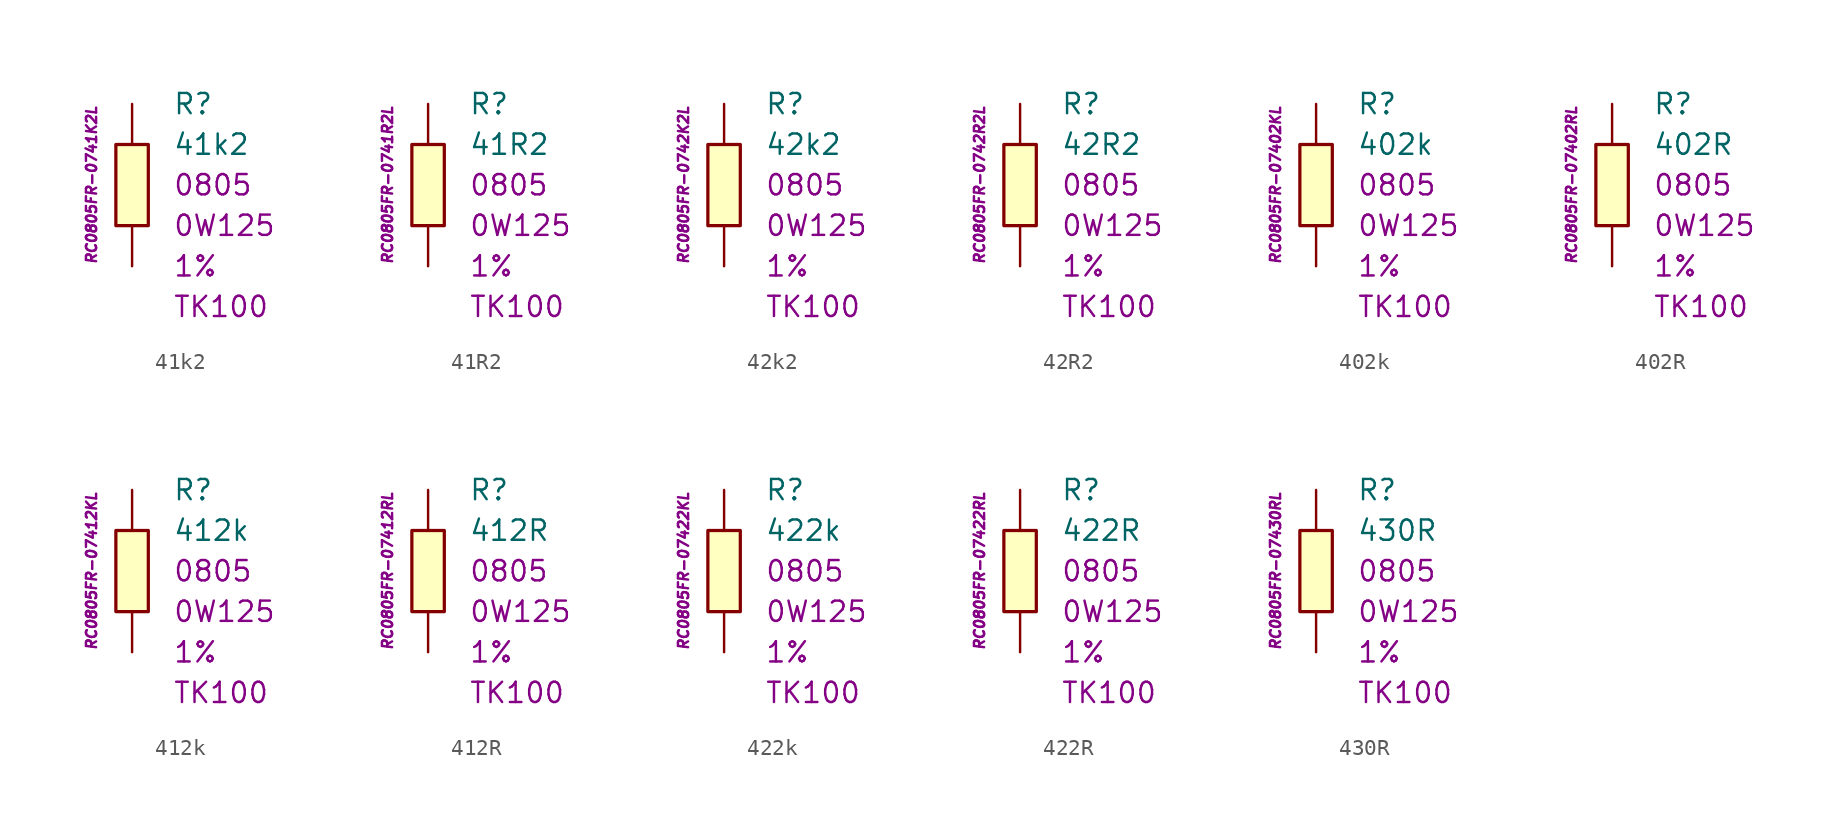
<source format=kicad_sym>
(kicad_symbol_lib
  (version 20201005)
  (generator kicad_symbol_editor)
  (symbol "41k2"
    (pin_numbers hide)
    (pin_names
      (offset 1.016) hide)
    (property "Reference" "R"
      (at 2.54 5.08 0)
      (effects (font (size 1.27 1.27)) (justify left)))
    (property "Value" "41k2"
      (at 2.54 2.54 0)
      (effects (font (size 1.27 1.27)) (justify left)))
    (property "Package" "0805"
      (at 2.54 0 0)
      (effects (font (size 1.27 1.27)) (justify left)))
    (property "Power" "0W125"
      (at 2.54 -2.54 0)
      (effects (font (size 1.27 1.27)) (justify left)))
    (property "Tolerance" "1%"
      (at 2.54 -5.08 0)
      (effects (font (size 1.27 1.27)) (justify left)))
    (property "TK" "TK100"
      (at 2.54 -7.62 0)
      (effects (font (size 1.27 1.27)) (justify left)))
    (property "ID" "RC0805FR-0741K2L"
      (at -2.54 0 90)
      (effects (font (size 0.635 0.635) italic)))
    (symbol "41k2_0_1"
      (rectangle (start -1.016 2.54) (end 1.016 -2.54) (stroke (width 0.203)) (fill (type background))))
    (symbol "41k2_1_1"
      (pin passive line (at 0 5.08 270) (length 2.54) (name "~" (effects (font (size 1.778 1.778)))) (number "1" (effects (font (size 1.778 1.778)))))
      (pin passive line (at 0 -5.08 90) (length 2.54) (name "~" (effects (font (size 1.778 1.778)))) (number "2" (effects (font (size 1.778 1.778)))))))
  (symbol "41R2"
    (pin_numbers hide)
    (pin_names
      (offset 1.016) hide)
    (property "Reference" "R"
      (at 2.54 5.08 0)
      (effects (font (size 1.27 1.27)) (justify left)))
    (property "Value" "41R2"
      (at 2.54 2.54 0)
      (effects (font (size 1.27 1.27)) (justify left)))
    (property "Package" "0805"
      (at 2.54 0 0)
      (effects (font (size 1.27 1.27)) (justify left)))
    (property "Power" "0W125"
      (at 2.54 -2.54 0)
      (effects (font (size 1.27 1.27)) (justify left)))
    (property "Tolerance" "1%"
      (at 2.54 -5.08 0)
      (effects (font (size 1.27 1.27)) (justify left)))
    (property "TK" "TK100"
      (at 2.54 -7.62 0)
      (effects (font (size 1.27 1.27)) (justify left)))
    (property "ID" "RC0805FR-0741R2L"
      (at -2.54 0 90)
      (effects (font (size 0.635 0.635) italic)))
    (symbol "41R2_0_1"
      (rectangle (start -1.016 2.54) (end 1.016 -2.54) (stroke (width 0.203)) (fill (type background))))
    (symbol "41R2_1_1"
      (pin passive line (at 0 5.08 270) (length 2.54) (name "~" (effects (font (size 1.778 1.778)))) (number "1" (effects (font (size 1.778 1.778)))))
      (pin passive line (at 0 -5.08 90) (length 2.54) (name "~" (effects (font (size 1.778 1.778)))) (number "2" (effects (font (size 1.778 1.778)))))))
  (symbol "42k2"
    (pin_numbers hide)
    (pin_names
      (offset 1.016) hide)
    (property "Reference" "R"
      (at 2.54 5.08 0)
      (effects (font (size 1.27 1.27)) (justify left)))
    (property "Value" "42k2"
      (at 2.54 2.54 0)
      (effects (font (size 1.27 1.27)) (justify left)))
    (property "Package" "0805"
      (at 2.54 0 0)
      (effects (font (size 1.27 1.27)) (justify left)))
    (property "Power" "0W125"
      (at 2.54 -2.54 0)
      (effects (font (size 1.27 1.27)) (justify left)))
    (property "Tolerance" "1%"
      (at 2.54 -5.08 0)
      (effects (font (size 1.27 1.27)) (justify left)))
    (property "TK" "TK100"
      (at 2.54 -7.62 0)
      (effects (font (size 1.27 1.27)) (justify left)))
    (property "ID" "RC0805FR-0742K2L"
      (at -2.54 0 90)
      (effects (font (size 0.635 0.635) italic)))
    (symbol "42k2_0_1"
      (rectangle (start -1.016 2.54) (end 1.016 -2.54) (stroke (width 0.203)) (fill (type background))))
    (symbol "42k2_1_1"
      (pin passive line (at 0 5.08 270) (length 2.54) (name "~" (effects (font (size 1.778 1.778)))) (number "1" (effects (font (size 1.778 1.778)))))
      (pin passive line (at 0 -5.08 90) (length 2.54) (name "~" (effects (font (size 1.778 1.778)))) (number "2" (effects (font (size 1.778 1.778)))))))
  (symbol "42R2"
    (pin_numbers hide)
    (pin_names
      (offset 1.016) hide)
    (property "Reference" "R"
      (at 2.54 5.08 0)
      (effects (font (size 1.27 1.27)) (justify left)))
    (property "Value" "42R2"
      (at 2.54 2.54 0)
      (effects (font (size 1.27 1.27)) (justify left)))
    (property "Package" "0805"
      (at 2.54 0 0)
      (effects (font (size 1.27 1.27)) (justify left)))
    (property "Power" "0W125"
      (at 2.54 -2.54 0)
      (effects (font (size 1.27 1.27)) (justify left)))
    (property "Tolerance" "1%"
      (at 2.54 -5.08 0)
      (effects (font (size 1.27 1.27)) (justify left)))
    (property "TK" "TK100"
      (at 2.54 -7.62 0)
      (effects (font (size 1.27 1.27)) (justify left)))
    (property "ID" "RC0805FR-0742R2L"
      (at -2.54 0 90)
      (effects (font (size 0.635 0.635) italic)))
    (symbol "42R2_0_1"
      (rectangle (start -1.016 2.54) (end 1.016 -2.54) (stroke (width 0.203)) (fill (type background))))
    (symbol "42R2_1_1"
      (pin passive line (at 0 5.08 270) (length 2.54) (name "~" (effects (font (size 1.778 1.778)))) (number "1" (effects (font (size 1.778 1.778)))))
      (pin passive line (at 0 -5.08 90) (length 2.54) (name "~" (effects (font (size 1.778 1.778)))) (number "2" (effects (font (size 1.778 1.778)))))))
  (symbol "402k"
    (pin_numbers hide)
    (pin_names
      (offset 1.016) hide)
    (property "Reference" "R"
      (at 2.54 5.08 0)
      (effects (font (size 1.27 1.27)) (justify left)))
    (property "Value" "402k"
      (at 2.54 2.54 0)
      (effects (font (size 1.27 1.27)) (justify left)))
    (property "Package" "0805"
      (at 2.54 0 0)
      (effects (font (size 1.27 1.27)) (justify left)))
    (property "Power" "0W125"
      (at 2.54 -2.54 0)
      (effects (font (size 1.27 1.27)) (justify left)))
    (property "Tolerance" "1%"
      (at 2.54 -5.08 0)
      (effects (font (size 1.27 1.27)) (justify left)))
    (property "TK" "TK100"
      (at 2.54 -7.62 0)
      (effects (font (size 1.27 1.27)) (justify left)))
    (property "ID" "RC0805FR-07402KL"
      (at -2.54 0 90)
      (effects (font (size 0.635 0.635) italic)))
    (symbol "402k_0_1"
      (rectangle (start -1.016 2.54) (end 1.016 -2.54) (stroke (width 0.203)) (fill (type background))))
    (symbol "402k_1_1"
      (pin passive line (at 0 5.08 270) (length 2.54) (name "~" (effects (font (size 1.778 1.778)))) (number "1" (effects (font (size 1.778 1.778)))))
      (pin passive line (at 0 -5.08 90) (length 2.54) (name "~" (effects (font (size 1.778 1.778)))) (number "2" (effects (font (size 1.778 1.778)))))))
  (symbol "402R"
    (pin_numbers hide)
    (pin_names
      (offset 1.016) hide)
    (property "Reference" "R"
      (at 2.54 5.08 0)
      (effects (font (size 1.27 1.27)) (justify left)))
    (property "Value" "402R"
      (at 2.54 2.54 0)
      (effects (font (size 1.27 1.27)) (justify left)))
    (property "Package" "0805"
      (at 2.54 0 0)
      (effects (font (size 1.27 1.27)) (justify left)))
    (property "Power" "0W125"
      (at 2.54 -2.54 0)
      (effects (font (size 1.27 1.27)) (justify left)))
    (property "Tolerance" "1%"
      (at 2.54 -5.08 0)
      (effects (font (size 1.27 1.27)) (justify left)))
    (property "TK" "TK100"
      (at 2.54 -7.62 0)
      (effects (font (size 1.27 1.27)) (justify left)))
    (property "ID" "RC0805FR-07402RL"
      (at -2.54 0 90)
      (effects (font (size 0.635 0.635) italic)))
    (symbol "402R_0_1"
      (rectangle (start -1.016 2.54) (end 1.016 -2.54) (stroke (width 0.203)) (fill (type background))))
    (symbol "402R_1_1"
      (pin passive line (at 0 5.08 270) (length 2.54) (name "~" (effects (font (size 1.778 1.778)))) (number "1" (effects (font (size 1.778 1.778)))))
      (pin passive line (at 0 -5.08 90) (length 2.54) (name "~" (effects (font (size 1.778 1.778)))) (number "2" (effects (font (size 1.778 1.778)))))))
  (symbol "412k"
    (pin_numbers hide)
    (pin_names
      (offset 1.016) hide)
    (property "Reference" "R"
      (at 2.54 5.08 0)
      (effects (font (size 1.27 1.27)) (justify left)))
    (property "Value" "412k"
      (at 2.54 2.54 0)
      (effects (font (size 1.27 1.27)) (justify left)))
    (property "Package" "0805"
      (at 2.54 0 0)
      (effects (font (size 1.27 1.27)) (justify left)))
    (property "Power" "0W125"
      (at 2.54 -2.54 0)
      (effects (font (size 1.27 1.27)) (justify left)))
    (property "Tolerance" "1%"
      (at 2.54 -5.08 0)
      (effects (font (size 1.27 1.27)) (justify left)))
    (property "TK" "TK100"
      (at 2.54 -7.62 0)
      (effects (font (size 1.27 1.27)) (justify left)))
    (property "ID" "RC0805FR-07412KL"
      (at -2.54 0 90)
      (effects (font (size 0.635 0.635) italic)))
    (symbol "412k_0_1"
      (rectangle (start -1.016 2.54) (end 1.016 -2.54) (stroke (width 0.203)) (fill (type background))))
    (symbol "412k_1_1"
      (pin passive line (at 0 5.08 270) (length 2.54) (name "~" (effects (font (size 1.778 1.778)))) (number "1" (effects (font (size 1.778 1.778)))))
      (pin passive line (at 0 -5.08 90) (length 2.54) (name "~" (effects (font (size 1.778 1.778)))) (number "2" (effects (font (size 1.778 1.778)))))))
  (symbol "412R"
    (pin_numbers hide)
    (pin_names
      (offset 1.016) hide)
    (property "Reference" "R"
      (at 2.54 5.08 0)
      (effects (font (size 1.27 1.27)) (justify left)))
    (property "Value" "412R"
      (at 2.54 2.54 0)
      (effects (font (size 1.27 1.27)) (justify left)))
    (property "Package" "0805"
      (at 2.54 0 0)
      (effects (font (size 1.27 1.27)) (justify left)))
    (property "Power" "0W125"
      (at 2.54 -2.54 0)
      (effects (font (size 1.27 1.27)) (justify left)))
    (property "Tolerance" "1%"
      (at 2.54 -5.08 0)
      (effects (font (size 1.27 1.27)) (justify left)))
    (property "TK" "TK100"
      (at 2.54 -7.62 0)
      (effects (font (size 1.27 1.27)) (justify left)))
    (property "ID" "RC0805FR-07412RL"
      (at -2.54 0 90)
      (effects (font (size 0.635 0.635) italic)))
    (symbol "412R_0_1"
      (rectangle (start -1.016 2.54) (end 1.016 -2.54) (stroke (width 0.203)) (fill (type background))))
    (symbol "412R_1_1"
      (pin passive line (at 0 5.08 270) (length 2.54) (name "~" (effects (font (size 1.778 1.778)))) (number "1" (effects (font (size 1.778 1.778)))))
      (pin passive line (at 0 -5.08 90) (length 2.54) (name "~" (effects (font (size 1.778 1.778)))) (number "2" (effects (font (size 1.778 1.778)))))))
  (symbol "422k"
    (pin_numbers hide)
    (pin_names
      (offset 1.016) hide)
    (property "Reference" "R"
      (at 2.54 5.08 0)
      (effects (font (size 1.27 1.27)) (justify left)))
    (property "Value" "422k"
      (at 2.54 2.54 0)
      (effects (font (size 1.27 1.27)) (justify left)))
    (property "Package" "0805"
      (at 2.54 0 0)
      (effects (font (size 1.27 1.27)) (justify left)))
    (property "Power" "0W125"
      (at 2.54 -2.54 0)
      (effects (font (size 1.27 1.27)) (justify left)))
    (property "Tolerance" "1%"
      (at 2.54 -5.08 0)
      (effects (font (size 1.27 1.27)) (justify left)))
    (property "TK" "TK100"
      (at 2.54 -7.62 0)
      (effects (font (size 1.27 1.27)) (justify left)))
    (property "ID" "RC0805FR-07422KL"
      (at -2.54 0 90)
      (effects (font (size 0.635 0.635) italic)))
    (symbol "422k_0_1"
      (rectangle (start -1.016 2.54) (end 1.016 -2.54) (stroke (width 0.203)) (fill (type background))))
    (symbol "422k_1_1"
      (pin passive line (at 0 5.08 270) (length 2.54) (name "~" (effects (font (size 1.778 1.778)))) (number "1" (effects (font (size 1.778 1.778)))))
      (pin passive line (at 0 -5.08 90) (length 2.54) (name "~" (effects (font (size 1.778 1.778)))) (number "2" (effects (font (size 1.778 1.778)))))))
  (symbol "422R"
    (pin_numbers hide)
    (pin_names
      (offset 1.016) hide)
    (property "Reference" "R"
      (at 2.54 5.08 0)
      (effects (font (size 1.27 1.27)) (justify left)))
    (property "Value" "422R"
      (at 2.54 2.54 0)
      (effects (font (size 1.27 1.27)) (justify left)))
    (property "Package" "0805"
      (at 2.54 0 0)
      (effects (font (size 1.27 1.27)) (justify left)))
    (property "Power" "0W125"
      (at 2.54 -2.54 0)
      (effects (font (size 1.27 1.27)) (justify left)))
    (property "Tolerance" "1%"
      (at 2.54 -5.08 0)
      (effects (font (size 1.27 1.27)) (justify left)))
    (property "TK" "TK100"
      (at 2.54 -7.62 0)
      (effects (font (size 1.27 1.27)) (justify left)))
    (property "ID" "RC0805FR-07422RL"
      (at -2.54 0 90)
      (effects (font (size 0.635 0.635) italic)))
    (symbol "422R_0_1"
      (rectangle (start -1.016 2.54) (end 1.016 -2.54) (stroke (width 0.203)) (fill (type background))))
    (symbol "422R_1_1"
      (pin passive line (at 0 5.08 270) (length 2.54) (name "~" (effects (font (size 1.778 1.778)))) (number "1" (effects (font (size 1.778 1.778)))))
      (pin passive line (at 0 -5.08 90) (length 2.54) (name "~" (effects (font (size 1.778 1.778)))) (number "2" (effects (font (size 1.778 1.778)))))))
  (symbol "430R"
    (pin_numbers hide)
    (pin_names
      (offset 1.016) hide)
    (property "Reference" "R"
      (at 2.54 5.08 0)
      (effects (font (size 1.27 1.27)) (justify left)))
    (property "Value" "430R"
      (at 2.54 2.54 0)
      (effects (font (size 1.27 1.27)) (justify left)))
    (property "Package" "0805"
      (at 2.54 0 0)
      (effects (font (size 1.27 1.27)) (justify left)))
    (property "Power" "0W125"
      (at 2.54 -2.54 0)
      (effects (font (size 1.27 1.27)) (justify left)))
    (property "Tolerance" "1%"
      (at 2.54 -5.08 0)
      (effects (font (size 1.27 1.27)) (justify left)))
    (property "TK" "TK100"
      (at 2.54 -7.62 0)
      (effects (font (size 1.27 1.27)) (justify left)))
    (property "ID" "RC0805FR-07430RL"
      (at -2.54 0 90)
      (effects (font (size 0.635 0.635) italic)))
    (symbol "430R_0_1"
      (rectangle (start -1.016 2.54) (end 1.016 -2.54) (stroke (width 0.203)) (fill (type background))))
    (symbol "430R_1_1"
      (pin passive line (at 0 5.08 270) (length 2.54) (name "~" (effects (font (size 1.778 1.778)))) (number "1" (effects (font (size 1.778 1.778)))))
      (pin passive line (at 0 -5.08 90) (length 2.54) (name "~" (effects (font (size 1.778 1.778)))) (number "2" (effects (font (size 1.778 1.778))))))))
</source>
